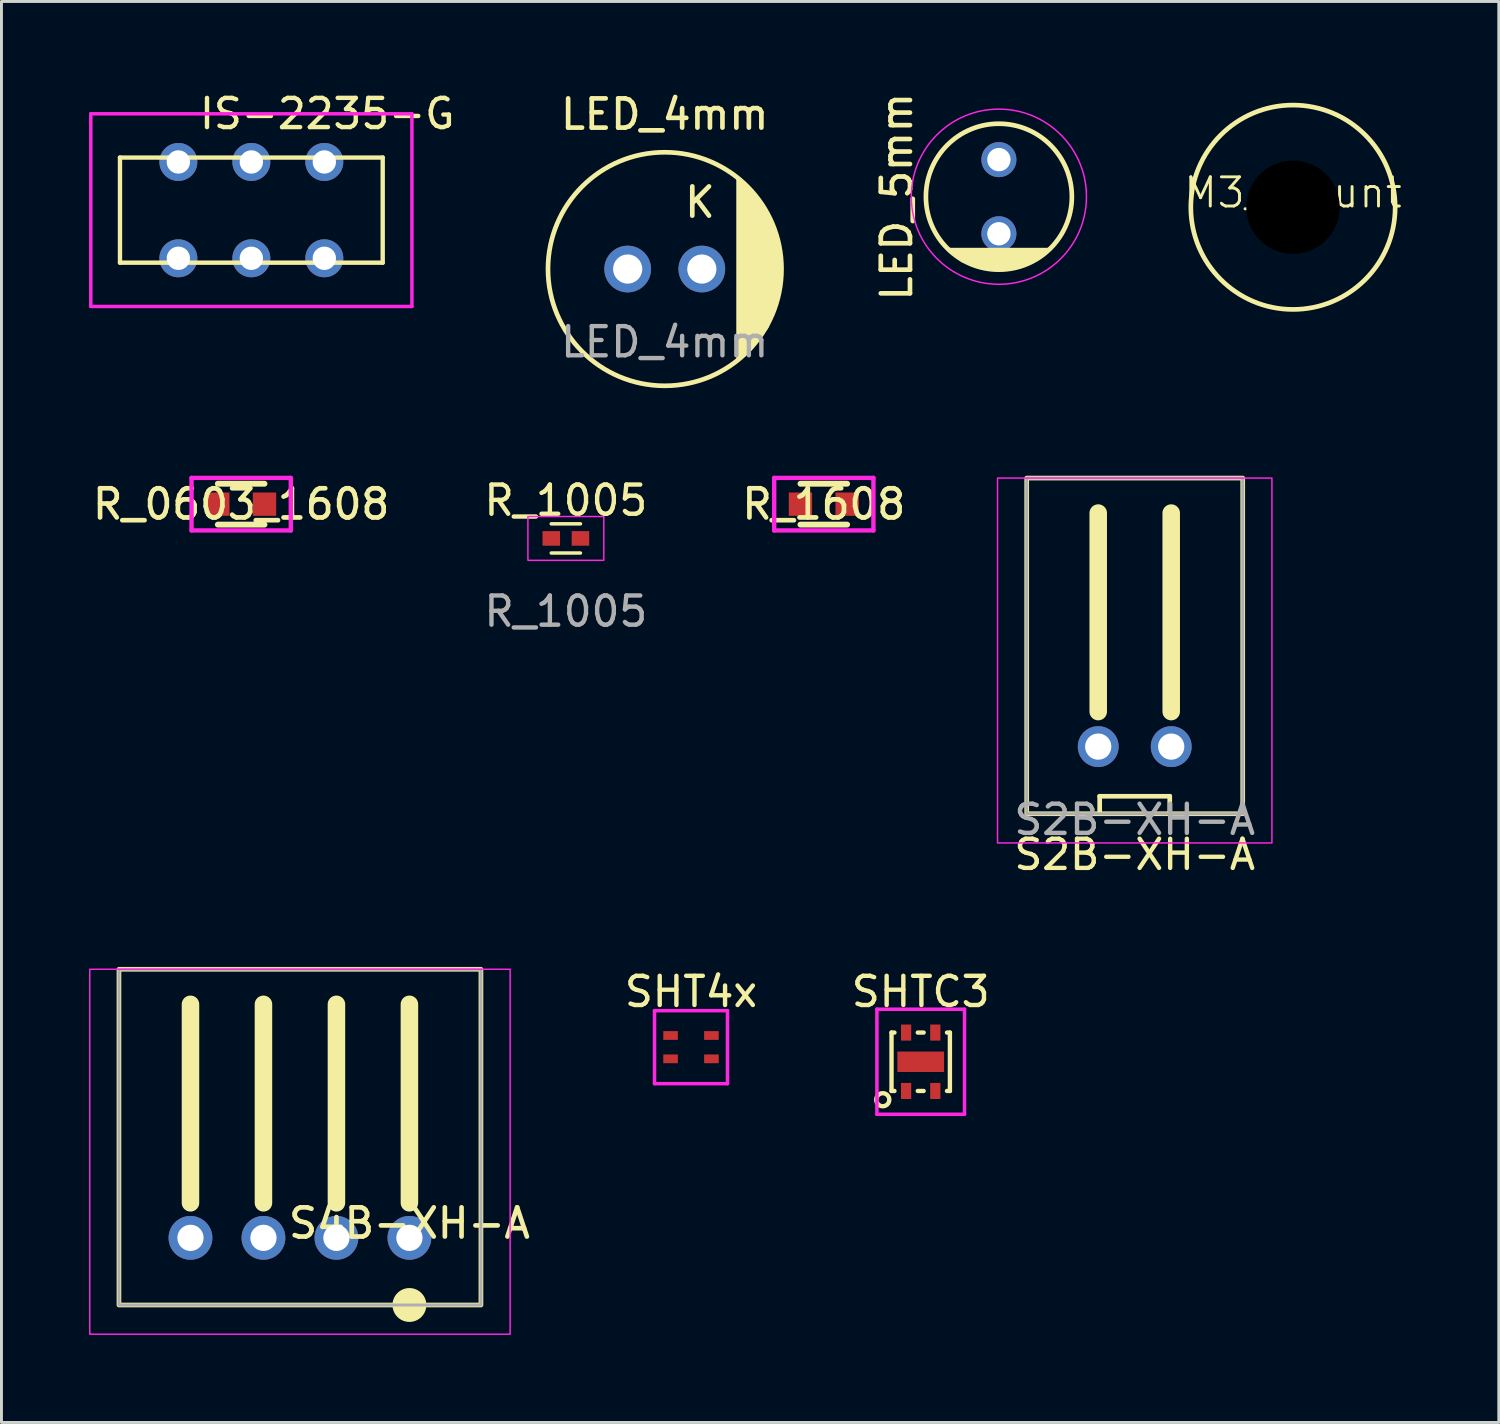
<source format=kicad_pcb>
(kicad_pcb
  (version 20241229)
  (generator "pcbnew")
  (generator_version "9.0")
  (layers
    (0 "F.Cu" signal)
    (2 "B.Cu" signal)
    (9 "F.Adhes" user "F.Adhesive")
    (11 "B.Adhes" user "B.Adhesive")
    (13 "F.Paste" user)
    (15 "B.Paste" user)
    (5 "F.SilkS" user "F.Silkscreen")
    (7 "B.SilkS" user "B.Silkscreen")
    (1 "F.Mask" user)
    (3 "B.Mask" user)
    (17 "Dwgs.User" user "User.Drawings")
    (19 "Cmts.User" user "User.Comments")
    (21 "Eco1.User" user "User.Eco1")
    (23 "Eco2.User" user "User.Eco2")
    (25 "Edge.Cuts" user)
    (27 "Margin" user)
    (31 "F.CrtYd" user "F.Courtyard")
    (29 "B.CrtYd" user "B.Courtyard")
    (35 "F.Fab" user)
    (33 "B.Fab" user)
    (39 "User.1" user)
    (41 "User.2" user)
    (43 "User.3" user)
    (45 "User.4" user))
  (footprint "IS-2235-G"
    (layer "F.Cu")
    (at 5.56 4.148)
    (property "Reference" "IS-2235-G" (at 2.6 -3.3 0) (layer "F.SilkS") (effects (font (size 1 1) (thickness 0.15))))
    (attr through_hole)
    (fp_line (start -4.5 -1.8) (end 4.5 -1.8) (stroke (width 0.15) (type solid)) (layer "F.SilkS"))
    (fp_line (start -4.5 1.8) (end -4.5 -1.8) (stroke (width 0.15) (type solid)) (layer "F.SilkS"))
    (fp_line (start 4.5 -1.8) (end 4.5 1.8) (stroke (width 0.15) (type solid)) (layer "F.SilkS"))
    (fp_line (start 4.5 1.8) (end -4.5 1.8) (stroke (width 0.15) (type solid)) (layer "F.SilkS"))
    (fp_line (start -5.5 -3.3) (end 5.5 -3.3) (stroke (width 0.12) (type solid)) (layer "F.CrtYd"))
    (fp_line (start -5.5 3.3) (end -5.5 -3.3) (stroke (width 0.12) (type solid)) (layer "F.CrtYd"))
    (fp_line (start 5.5 -3.3) (end 5.5 3.3) (stroke (width 0.12) (type solid)) (layer "F.CrtYd"))
    (fp_line (start 5.5 3.3) (end -5.5 3.3) (stroke (width 0.12) (type solid)) (layer "F.CrtYd"))
    (pad "1" thru_hole circle (at -2.5 1.65) (size 1.3 1.3) (drill 0.8) (layers "*.Cu" "*.Mask"))
    (pad "2" thru_hole circle (at 0 1.65) (size 1.3 1.3) (drill 0.8) (layers "*.Cu" "*.Mask"))
    (pad "3" thru_hole circle (at 2.5 1.65) (size 1.3 1.3) (drill 0.8) (layers "*.Cu" "*.Mask"))
    (pad "4" thru_hole circle (at -2.5 -1.65) (size 1.3 1.3) (drill 0.8) (layers "*.Cu" "*.Mask"))
    (pad "5" thru_hole circle (at 0 -1.65) (size 1.3 1.3) (drill 0.8) (layers "*.Cu" "*.Mask"))
    (pad "6" thru_hole circle (at 2.5 -1.65) (size 1.3 1.3) (drill 0.8) (layers "*.Cu" "*.Mask")))
  (footprint "R_1005"
    (layer "F.Cu")
    (at 16.334 15.394)
    (property "Reference" "R_1005" (at 0 -1.3 0) (unlocked yes) (layer "F.SilkS") (effects (font (size 1 1) (thickness 0.15))))
    (attr smd)
    (fp_line (start -0.5 -0.5) (end 0.5 -0.5) (stroke (width 0.12) (type solid)) (layer "F.SilkS"))
    (fp_line (start 0.5 0.5) (end -0.5 0.5) (stroke (width 0.12) (type solid)) (layer "F.SilkS"))
    (fp_rect (start -1.3 0.75) (end 1.3 -0.75) (stroke (width 0.05) (type solid)) (fill no) (layer "F.CrtYd"))
    (fp_text user "${REFERENCE}" (at 0 2.5 0) (unlocked yes) (layer "F.Fab") (effects (font (size 1 1) (thickness 0.15))))
    (pad "1" smd rect (at -0.5 0) (size 0.6 0.5) (layers "F.Cu" "F.Mask" "F.Paste"))
    (pad "2" smd rect (at 0.5 0) (size 0.6 0.5) (layers "F.Cu" "F.Mask" "F.Paste")))
  (footprint "R_1608"
    (layer "F.Cu")
    (at 25.17 14.221)
    (property "Reference" "R_1608" (at 0 0 0) (layer "F.SilkS") (effects (font (size 1 1) (thickness 0.16))))
    (attr through_hole)
    (fp_line (start -0.8 -0.7) (end 0.8 -0.7) (stroke (width 0.2) (type solid)) (layer "F.SilkS"))
    (fp_line (start -0.8 0.7) (end 0.8 0.7) (stroke (width 0.2) (type solid)) (layer "F.SilkS"))
    (fp_line (start -1.7 -0.9) (end 1.7 -0.9) (stroke (width 0.15) (type solid)) (layer "F.CrtYd"))
    (fp_line (start -1.7 0.9) (end -1.7 -0.9) (stroke (width 0.15) (type solid)) (layer "F.CrtYd"))
    (fp_line (start 1.7 -0.9) (end 1.7 0.9) (stroke (width 0.15) (type solid)) (layer "F.CrtYd"))
    (fp_line (start 1.7 0.9) (end -1.7 0.9) (stroke (width 0.15) (type solid)) (layer "F.CrtYd"))
    (pad "1" smd rect (at -0.8 0) (size 0.8 0.8) (layers "F.Cu" "F.Mask" "F.Paste"))
    (pad "2" smd rect (at 0.8 0) (size 0.8 0.8) (layers "F.Cu" "F.Mask" "F.Paste")))
  (footprint "SHT4x"
    (layer "F.Cu")
    (at 20.621 32.822)
    (property "Reference" "SHT4x" (at 0 -1.9 0) (layer "F.SilkS") (effects (font (size 1 1) (thickness 0.15))))
    (attr through_hole)
    (fp_line (start -0.75 -0.75) (end 0.75 -0.75) (stroke (width 0.12) (type solid)) (layer "B.Paste"))
    (fp_line (start -0.75 0.75) (end 0.75 0.75) (stroke (width 0.12) (type solid)) (layer "B.Paste"))
    (fp_circle (center -1.05 -1.05) (end -1 -0.9) (stroke (width 0.12) (type solid)) (fill no) (layer "B.Paste"))
    (fp_line (start -1.25 -1.25) (end 1.25 -1.25) (stroke (width 0.12) (type solid)) (layer "F.CrtYd"))
    (fp_line (start -1.25 1.25) (end -1.25 -1.25) (stroke (width 0.12) (type solid)) (layer "F.CrtYd"))
    (fp_line (start 1.25 -1.25) (end 1.25 1.25) (stroke (width 0.12) (type solid)) (layer "F.CrtYd"))
    (fp_line (start 1.25 1.25) (end -1.25 1.25) (stroke (width 0.12) (type solid)) (layer "F.CrtYd"))
    (pad "1" smd rect (at -0.7 -0.4) (size 0.5 0.3) (layers "F.Cu" "F.Mask" "F.Paste"))
    (pad "2" smd rect (at -0.7 0.4) (size 0.5 0.3) (layers "F.Cu" "F.Mask" "F.Paste"))
    (pad "3" smd rect (at 0.7 0.4) (size 0.5 0.3) (layers "F.Cu" "F.Mask" "F.Paste"))
    (pad "4" smd rect (at 0.7 -0.4) (size 0.5 0.3) (layers "F.Cu" "F.Mask" "F.Paste")))
  (footprint "LED_5mm"
    (layer "F.Cu")
    (at 31.168 3.688)
    (property "Reference" "LED_5mm" (at -3.5 0 90) (unlocked yes) (layer "F.SilkS") (effects (font (size 1 1) (thickness 0.16))))
    (attr through_hole)
    (fp_circle (center 0 0) (end 2.5 0) (stroke (width 0.16) (type solid)) (fill no) (layer "F.SilkS"))
    (fp_poly (pts (xy -1.75 1.8) (xy 1.75 1.8) (xy 1.3 2.15) (xy 0.75 2.4) (xy 0 2.5) (xy -0.65 2.4) (xy -1.25 2.2)) (stroke (width 0.1) (type solid)) (fill yes) (layer "F.SilkS"))
    (fp_circle (center 0 0) (end 3 0) (stroke (width 0.05) (type solid)) (fill no) (layer "F.CrtYd"))
    (pad "1" thru_hole circle (at 0 1.27) (size 1.2 1.2) (drill 0.8) (layers "*.Cu" "*.Mask"))
    (pad "2" thru_hole circle (at 0 -1.27) (size 1.2 1.2) (drill 0.8) (layers "*.Cu" "*.Mask")))
  (footprint "LED_4mm"
    (layer "F.Cu")
    (at 19.722 6.166)
    (property "Reference" "LED_4mm" (at 0 -5.3 0) (unlocked yes) (layer "F.SilkS") (effects (font (size 1 1) (thickness 0.16))))
    (attr through_hole)
    (fp_circle (center 0 0) (end 4 0) (stroke (width 0.16) (type default)) (fill no) (layer "F.SilkS"))
    (fp_poly (pts (xy 2.5 -3.1) (xy 3.1 -2.5) (xy 3.6 -1.7) (xy 3.9 -0.8) (xy 4 0) (xy 3.8 1.2) (xy 3.5 2) (xy 2.9 2.8) (xy 2.5 3.1)) (stroke (width 0.1) (type solid)) (fill yes) (layer "F.SilkS"))
    (fp_text user "K" (at 0.6 -1.7 0) (unlocked yes) (layer "F.SilkS") (effects (font (size 1 1) (thickness 0.16)) (justify left bottom)))
    (fp_text user "${REFERENCE}" (at 0 2.5 0) (unlocked yes) (layer "F.Fab") (effects (font (size 1 1) (thickness 0.15))))
    (pad "1" thru_hole circle (at -1.27 0) (size 1.6 1.6) (drill 1) (layers "*.Cu" "*.Mask"))
    (pad "2" thru_hole circle (at 1.27 0) (size 1.6 1.6) (drill 1) (layers "*.Cu" "*.Mask")))
  (footprint "R_0603_1608"
    (layer "F.Cu")
    (at 5.211 14.221)
    (property "Reference" "R_0603_1608" (at 0 0 0) (layer "F.SilkS") (effects (font (size 1 1) (thickness 0.16))))
    (attr smd)
    (fp_line (start -0.8 -0.7) (end 0.8 -0.7) (stroke (width 0.2) (type solid)) (layer "F.SilkS"))
    (fp_line (start -0.8 0.7) (end 0.8 0.7) (stroke (width 0.2) (type solid)) (layer "F.SilkS"))
    (fp_line (start -1.7 -0.9) (end 1.7 -0.9) (stroke (width 0.15) (type solid)) (layer "F.CrtYd"))
    (fp_line (start -1.7 0.9) (end -1.7 -0.9) (stroke (width 0.15) (type solid)) (layer "F.CrtYd"))
    (fp_line (start 1.7 -0.9) (end 1.7 0.9) (stroke (width 0.15) (type solid)) (layer "F.CrtYd"))
    (fp_line (start 1.7 0.9) (end -1.7 0.9) (stroke (width 0.15) (type solid)) (layer "F.CrtYd"))
    (pad "1" smd rect (at -0.8 0) (size 0.8 0.8) (layers "F.Cu" "F.Mask" "F.Paste"))
    (pad "2" smd rect (at 0.8 0) (size 0.8 0.8) (layers "F.Cu" "F.Mask" "F.Paste")))
  (footprint "M3_mount"
    (layer "F.Cu")
    (at 41.243 4.05)
    (property "Reference" "M3_mount" (at 0 -0.5 0) (unlocked yes) (layer "F.SilkS") (effects (font (size 1 1) (thickness 0.1))))
    (attr through_hole board_only exclude_from_bom)
    (fp_circle (center 0 0) (end 3.5 0) (stroke (width 0.16) (type solid)) (fill no) (layer "F.SilkS"))
    (fp_circle (center 0 0) (end 4 0) (stroke (width 0.1) (type solid)) (fill no) (layer "Margin"))
    (pad "" np_thru_hole circle (at 0 0) (size 3.2 3.2) (drill 3.2) (layers "*.Mask")))
  (footprint "SHTC3"
    (layer "F.Cu")
    (at 28.49 33.322)
    (property "Reference" "SHTC3" (at 0 -2.4 0) (layer "F.SilkS") (effects (font (size 1 1) (thickness 0.15))))
    (attr through_hole)
    (fp_line (start -1 -1) (end -1 1) (stroke (width 0.15) (type solid)) (layer "F.SilkS"))
    (fp_line (start -1 -1) (end -0.9 -1) (stroke (width 0.15) (type solid)) (layer "F.SilkS"))
    (fp_line (start -1 1) (end -0.9 1) (stroke (width 0.15) (type solid)) (layer "F.SilkS"))
    (fp_line (start -0.1 -1) (end 0.1 -1) (stroke (width 0.15) (type solid)) (layer "F.SilkS"))
    (fp_line (start -0.1 1) (end 0.1 1) (stroke (width 0.15) (type solid)) (layer "F.SilkS"))
    (fp_line (start 0.9 1) (end 1 1) (stroke (width 0.15) (type solid)) (layer "F.SilkS"))
    (fp_line (start 1 -1) (end 0.9 -1) (stroke (width 0.15) (type solid)) (layer "F.SilkS"))
    (fp_line (start 1 -1) (end 1 1) (stroke (width 0.15) (type solid)) (layer "F.SilkS"))
    (fp_circle (center -1.3 1.3) (end -1.1 1.4) (stroke (width 0.15) (type solid)) (fill no) (layer "F.SilkS"))
    (fp_line (start -1.5 -1.8) (end 1.5 -1.8) (stroke (width 0.12) (type solid)) (layer "F.CrtYd"))
    (fp_line (start -1.5 1.8) (end -1.5 -1.8) (stroke (width 0.12) (type solid)) (layer "F.CrtYd"))
    (fp_line (start 1.5 -1.8) (end 1.5 1.8) (stroke (width 0.12) (type solid)) (layer "F.CrtYd"))
    (fp_line (start 1.5 1.8) (end -1.5 1.8) (stroke (width 0.12) (type solid)) (layer "F.CrtYd"))
    (pad "1" smd rect (at -0.5 1) (size 0.35 0.55) (layers "F.Cu" "F.Mask" "F.Paste"))
    (pad "2" smd rect (at 0.5 1) (size 0.35 0.55) (layers "F.Cu" "F.Mask" "F.Paste"))
    (pad "3" smd rect (at 0.5 -1) (size 0.35 0.55) (layers "F.Cu" "F.Mask" "F.Paste"))
    (pad "4" smd rect (at -0.5 -1) (size 0.35 0.55) (layers "F.Cu" "F.Mask" "F.Paste"))
    (pad "PAD" smd rect (at 0 0) (size 1.6 0.7) (layers "F.Cu" "F.Mask" "F.Paste")))
  (footprint "S2B-XH-A"
    (layer "F.Cu")
    (at 35.821 22.526)
    (property "Reference" "S2B-XH-A" (at 0 3.7 0) (unlocked yes) (layer "F.SilkS") (effects (font (size 1 1) (thickness 0.15))))
    (attr through_hole)
    (fp_line (start -1.25 -1.2) (end -1.25 -8) (stroke (width 0.6) (type solid)) (layer "F.SilkS"))
    (fp_line (start -1.2 1.7) (end 1.2 1.7) (stroke (width 0.16) (type default)) (layer "F.SilkS"))
    (fp_line (start -1.2 2.3) (end -1.2 1.7) (stroke (width 0.16) (type default)) (layer "F.SilkS"))
    (fp_line (start 1.2 1.7) (end 1.2 2.3) (stroke (width 0.16) (type default)) (layer "F.SilkS"))
    (fp_line (start 1.25 -1.2) (end 1.25 -8) (stroke (width 0.6) (type solid)) (layer "F.SilkS"))
    (fp_rect (start -3.7 -9.2) (end 3.7 2.3) (stroke (width 0.16) (type default)) (fill no) (layer "F.SilkS"))
    (fp_rect (start -4.7 -9.2) (end 4.7 3.3) (stroke (width 0.05) (type default)) (fill no) (layer "F.CrtYd"))
    (fp_rect (start -3.7 -9.2) (end 3.7 2.3) (stroke (width 0.1) (type default)) (fill no) (layer "F.Fab"))
    (fp_text user "${REFERENCE}" (at 0 2.5 0) (unlocked yes) (layer "F.Fab") (effects (font (size 1 1) (thickness 0.15))))
    (pad "1" thru_hole circle (at 1.25 0) (size 1.4 1.4) (drill 0.9) (layers "*.Cu" "*.Mask"))
    (pad "2" thru_hole circle (at -1.25 0) (size 1.4 1.4) (drill 0.9) (layers "*.Cu" "*.Mask")))
  (footprint "S4B-XH-A"
    (layer "F.Cu")
    (at 7.225 39.354)
    (property "Reference" "S4B-XH-A" (at 3.75 -0.5 0) (unlocked yes) (layer "F.SilkS") (effects (font (size 1 1) (thickness 0.16))))
    (attr through_hole)
    (fp_line (start -3.75 -1.2) (end -3.75 -8) (stroke (width 0.6) (type solid)) (layer "F.SilkS"))
    (fp_line (start -1.25 -1.2) (end -1.25 -8) (stroke (width 0.6) (type solid)) (layer "F.SilkS"))
    (fp_line (start 1.25 -1.2) (end 1.25 -8) (stroke (width 0.6) (type solid)) (layer "F.SilkS"))
    (fp_line (start 3.75 -1.2) (end 3.75 -8) (stroke (width 0.6) (type solid)) (layer "F.SilkS"))
    (fp_rect (start -6.2 -9.2) (end 6.2 2.3) (stroke (width 0.16) (type default)) (fill no) (layer "F.SilkS"))
    (fp_circle (center 3.75 2.3) (end 4.25 2.3) (stroke (width 0.16) (type solid)) (fill yes) (layer "F.SilkS"))
    (fp_rect (start -7.2 -9.2) (end 7.2 3.3) (stroke (width 0.05) (type default)) (fill no) (layer "F.CrtYd"))
    (fp_rect (start -6.2 -9.2) (end 6.2 2.3) (stroke (width 0.1) (type default)) (fill no) (layer "F.Fab"))
    (pad "1" thru_hole circle (at 3.75 0) (size 1.5 1.5) (drill 0.9) (layers "*.Cu" "*.Mask"))
    (pad "2" thru_hole circle (at 1.25 0) (size 1.5 1.5) (drill 0.9) (layers "*.Cu" "*.Mask"))
    (pad "3" thru_hole circle (at -1.25 0) (size 1.5 1.5) (drill 0.9) (layers "*.Cu" "*.Mask"))
    (pad "4" thru_hole circle (at -3.75 0) (size 1.5 1.5) (drill 0.9) (layers "*.Cu" "*.Mask")))
  (gr_rect
    (start -3 -3)
    (end 48.293 45.679)
    (stroke (width 0.1) (type default))
    (fill no)
    (layer "Edge.Cuts")))
</source>
